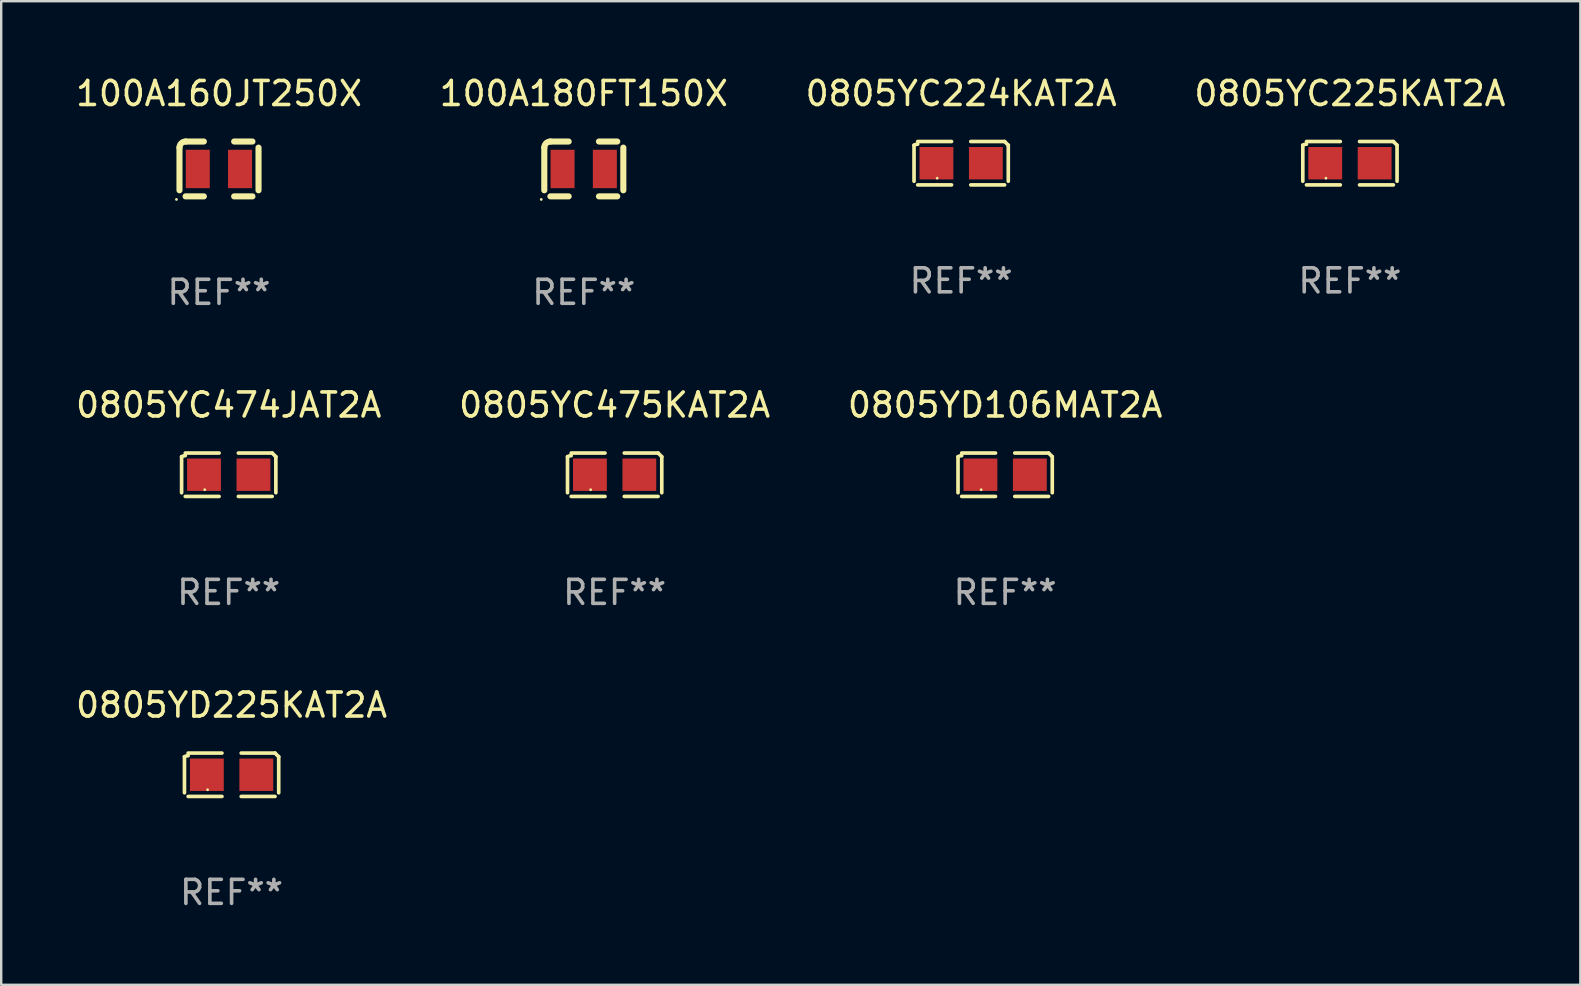
<source format=kicad_pcb>
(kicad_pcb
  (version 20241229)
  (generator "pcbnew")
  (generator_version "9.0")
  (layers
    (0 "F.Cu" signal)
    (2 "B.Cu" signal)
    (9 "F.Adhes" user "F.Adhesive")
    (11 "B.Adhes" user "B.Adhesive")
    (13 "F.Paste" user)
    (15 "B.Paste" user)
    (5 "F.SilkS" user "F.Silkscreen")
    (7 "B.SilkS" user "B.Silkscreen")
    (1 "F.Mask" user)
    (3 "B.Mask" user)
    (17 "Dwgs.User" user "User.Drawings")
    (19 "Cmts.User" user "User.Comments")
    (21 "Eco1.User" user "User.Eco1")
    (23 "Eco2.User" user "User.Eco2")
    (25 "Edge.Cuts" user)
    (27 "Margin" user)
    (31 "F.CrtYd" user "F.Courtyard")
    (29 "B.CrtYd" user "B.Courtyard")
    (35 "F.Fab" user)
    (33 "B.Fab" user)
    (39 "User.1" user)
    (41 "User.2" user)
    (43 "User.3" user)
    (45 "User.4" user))
  (footprint "100A180FT150X"
    (layer "F.Cu")
    (at 21.28 3.991)
    (property "Reference" "100A180FT150X" (at 0 -3.143 0) (layer "F.SilkS") (effects (font (size 1 1) (thickness 0.15))))
    (attr through_hole)
    (fp_line (start -1.647 -0.889) (end -1.647 0.889) (stroke (width 0.254) (type solid)) (layer "F.SilkS"))
    (fp_line (start -0.631 -1.143) (end -1.393 -1.143) (stroke (width 0.254) (type solid)) (layer "F.SilkS"))
    (fp_line (start -0.631 1.143) (end -1.393 1.143) (stroke (width 0.254) (type solid)) (layer "F.SilkS"))
    (fp_line (start 0.631 -1.143) (end 1.393 -1.143) (stroke (width 0.254) (type solid)) (layer "F.SilkS"))
    (fp_line (start 0.631 1.143) (end 1.393 1.143) (stroke (width 0.254) (type solid)) (layer "F.SilkS"))
    (fp_line (start 1.647 -0.889) (end 1.647 0.889) (stroke (width 0.254) (type solid)) (layer "F.SilkS"))
    (fp_arc (start -1.647002 -0.889002) (mid -1.572607 -1.068607) (end -1.393002 -1.143002) (stroke (width 0.254001) (type solid)) (layer "F.SilkS"))
    (fp_circle (center -1.774 1.27) (end -1.744 1.27) (stroke (width 0.06) (type solid)) (fill no) (layer "F.SilkS"))
    (fp_text user "REF**" (at 0 5.143 0) (layer "F.Fab") (effects (font (size 1 1) (thickness 0.15))))
    (pad "1" smd rect (at -0.885 0) (size 1 1.6) (layers "F.Cu" "F.Mask" "F.Paste"))
    (pad "2" smd rect (at 0.877 0) (size 1 1.6) (layers "F.Cu" "F.Mask" "F.Paste")))
  (footprint "100A160JT250X"
    (layer "F.Cu")
    (at 6.077 3.991)
    (property "Reference" "100A160JT250X" (at 0 -3.143 0) (layer "F.SilkS") (effects (font (size 1 1) (thickness 0.15))))
    (attr through_hole)
    (fp_line (start -1.647 -0.889) (end -1.647 0.889) (stroke (width 0.254) (type solid)) (layer "F.SilkS"))
    (fp_line (start -0.631 -1.143) (end -1.393 -1.143) (stroke (width 0.254) (type solid)) (layer "F.SilkS"))
    (fp_line (start -0.631 1.143) (end -1.393 1.143) (stroke (width 0.254) (type solid)) (layer "F.SilkS"))
    (fp_line (start 0.631 -1.143) (end 1.393 -1.143) (stroke (width 0.254) (type solid)) (layer "F.SilkS"))
    (fp_line (start 0.631 1.143) (end 1.393 1.143) (stroke (width 0.254) (type solid)) (layer "F.SilkS"))
    (fp_line (start 1.647 -0.889) (end 1.647 0.889) (stroke (width 0.254) (type solid)) (layer "F.SilkS"))
    (fp_arc (start -1.647002 -0.889002) (mid -1.572607 -1.068607) (end -1.393002 -1.143002) (stroke (width 0.254001) (type solid)) (layer "F.SilkS"))
    (fp_circle (center -1.774 1.27) (end -1.744 1.27) (stroke (width 0.06) (type solid)) (fill no) (layer "F.SilkS"))
    (fp_text user "REF**" (at 0 5.143 0) (layer "F.Fab") (effects (font (size 1 1) (thickness 0.15))))
    (pad "1" smd rect (at -0.885 0) (size 1 1.6) (layers "F.Cu" "F.Mask" "F.Paste"))
    (pad "2" smd rect (at 0.877 0) (size 1 1.6) (layers "F.Cu" "F.Mask" "F.Paste")))
  (footprint "0805YC225KAT2A"
    (layer "F.Cu")
    (at 53.208 3.752)
    (property "Reference" "0805YC225KAT2A" (at 0 -2.904 0) (layer "F.SilkS") (effects (font (size 1 1) (thickness 0.15))))
    (attr through_hole)
    (fp_line (start -1.964 0.751) (end -1.964 -0.751) (stroke (width 0.152) (type solid)) (layer "F.SilkS"))
    (fp_line (start -1.811 -0.904) (end -0.401 -0.904) (stroke (width 0.152) (type solid)) (layer "F.SilkS"))
    (fp_line (start -0.401 0.904) (end -1.811 0.904) (stroke (width 0.152) (type solid)) (layer "F.SilkS"))
    (fp_line (start 0.401 0.904) (end 1.811 0.904) (stroke (width 0.152) (type solid)) (layer "F.SilkS"))
    (fp_line (start 1.811 -0.904) (end 0.401 -0.904) (stroke (width 0.152) (type solid)) (layer "F.SilkS"))
    (fp_line (start 1.964 0.751) (end 1.964 -0.751) (stroke (width 0.152) (type solid)) (layer "F.SilkS"))
    (fp_arc (start -1.963602 -0.751207) (mid -1.890354 -0.783131) (end -1.811201 -0.794044) (stroke (width 0.1524) (type solid)) (layer "F.SilkS"))
    (fp_arc (start 1.811202 -0.903607) (mid 1.887413 -0.827418) (end 1.963602 -0.751207) (stroke (width 0.1524) (type solid)) (layer "F.SilkS"))
    (fp_circle (center -1 0.625) (end -0.97 0.625) (stroke (width 0.06) (type solid)) (fill no) (layer "F.SilkS"))
    (fp_text user "REF**" (at 0 4.904 0) (layer "F.Fab") (effects (font (size 1 1) (thickness 0.15))))
    (pad "1" smd rect (at -1.03 0) (size 1.41 1.35) (layers "F.Cu" "F.Mask" "F.Paste"))
    (pad "2" smd rect (at 1.03 0) (size 1.41 1.35) (layers "F.Cu" "F.Mask" "F.Paste")))
  (footprint "0805YD225KAT2A"
    (layer "F.Cu")
    (at 6.601 29.238)
    (property "Reference" "0805YD225KAT2A" (at 0 -2.904 0) (layer "F.SilkS") (effects (font (size 1 1) (thickness 0.15))))
    (attr through_hole)
    (fp_line (start -1.964 0.751) (end -1.964 -0.751) (stroke (width 0.152) (type solid)) (layer "F.SilkS"))
    (fp_line (start -1.811 -0.904) (end -0.401 -0.904) (stroke (width 0.152) (type solid)) (layer "F.SilkS"))
    (fp_line (start -0.401 0.904) (end -1.811 0.904) (stroke (width 0.152) (type solid)) (layer "F.SilkS"))
    (fp_line (start 0.401 0.904) (end 1.811 0.904) (stroke (width 0.152) (type solid)) (layer "F.SilkS"))
    (fp_line (start 1.811 -0.904) (end 0.401 -0.904) (stroke (width 0.152) (type solid)) (layer "F.SilkS"))
    (fp_line (start 1.964 0.751) (end 1.964 -0.751) (stroke (width 0.152) (type solid)) (layer "F.SilkS"))
    (fp_arc (start -1.963602 -0.751207) (mid -1.890354 -0.783131) (end -1.811201 -0.794044) (stroke (width 0.1524) (type solid)) (layer "F.SilkS"))
    (fp_arc (start 1.811202 -0.903607) (mid 1.887413 -0.827418) (end 1.963602 -0.751207) (stroke (width 0.1524) (type solid)) (layer "F.SilkS"))
    (fp_circle (center -1 0.625) (end -0.97 0.625) (stroke (width 0.06) (type solid)) (fill no) (layer "F.SilkS"))
    (fp_text user "REF**" (at 0 4.904 0) (layer "F.Fab") (effects (font (size 1 1) (thickness 0.15))))
    (pad "1" smd rect (at -1.03 0) (size 1.41 1.35) (layers "F.Cu" "F.Mask" "F.Paste"))
    (pad "2" smd rect (at 1.03 0) (size 1.41 1.35) (layers "F.Cu" "F.Mask" "F.Paste")))
  (footprint "0805YD106MAT2A"
    (layer "F.Cu")
    (at 38.839 16.734)
    (property "Reference" "0805YD106MAT2A" (at 0 -2.904 0) (layer "F.SilkS") (effects (font (size 1 1) (thickness 0.15))))
    (attr through_hole)
    (fp_line (start -1.964 0.751) (end -1.964 -0.751) (stroke (width 0.152) (type solid)) (layer "F.SilkS"))
    (fp_line (start -1.811 -0.904) (end -0.401 -0.904) (stroke (width 0.152) (type solid)) (layer "F.SilkS"))
    (fp_line (start -0.401 0.904) (end -1.811 0.904) (stroke (width 0.152) (type solid)) (layer "F.SilkS"))
    (fp_line (start 0.401 0.904) (end 1.811 0.904) (stroke (width 0.152) (type solid)) (layer "F.SilkS"))
    (fp_line (start 1.811 -0.904) (end 0.401 -0.904) (stroke (width 0.152) (type solid)) (layer "F.SilkS"))
    (fp_line (start 1.964 0.751) (end 1.964 -0.751) (stroke (width 0.152) (type solid)) (layer "F.SilkS"))
    (fp_arc (start -1.963602 -0.751207) (mid -1.890354 -0.783131) (end -1.811201 -0.794044) (stroke (width 0.1524) (type solid)) (layer "F.SilkS"))
    (fp_arc (start 1.811202 -0.903607) (mid 1.887413 -0.827418) (end 1.963602 -0.751207) (stroke (width 0.1524) (type solid)) (layer "F.SilkS"))
    (fp_circle (center -1 0.625) (end -0.97 0.625) (stroke (width 0.06) (type solid)) (fill no) (layer "F.SilkS"))
    (fp_text user "REF**" (at 0 4.904 0) (layer "F.Fab") (effects (font (size 1 1) (thickness 0.15))))
    (pad "1" smd rect (at -1.03 0) (size 1.41 1.35) (layers "F.Cu" "F.Mask" "F.Paste"))
    (pad "2" smd rect (at 1.03 0) (size 1.41 1.35) (layers "F.Cu" "F.Mask" "F.Paste")))
  (footprint "0805YC475KAT2A"
    (layer "F.Cu")
    (at 22.565 16.734)
    (property "Reference" "0805YC475KAT2A" (at 0 -2.904 0) (layer "F.SilkS") (effects (font (size 1 1) (thickness 0.15))))
    (attr through_hole)
    (fp_line (start -1.964 0.751) (end -1.964 -0.751) (stroke (width 0.152) (type solid)) (layer "F.SilkS"))
    (fp_line (start -1.811 -0.904) (end -0.401 -0.904) (stroke (width 0.152) (type solid)) (layer "F.SilkS"))
    (fp_line (start -0.401 0.904) (end -1.811 0.904) (stroke (width 0.152) (type solid)) (layer "F.SilkS"))
    (fp_line (start 0.401 0.904) (end 1.811 0.904) (stroke (width 0.152) (type solid)) (layer "F.SilkS"))
    (fp_line (start 1.811 -0.904) (end 0.401 -0.904) (stroke (width 0.152) (type solid)) (layer "F.SilkS"))
    (fp_line (start 1.964 0.751) (end 1.964 -0.751) (stroke (width 0.152) (type solid)) (layer "F.SilkS"))
    (fp_arc (start -1.963602 -0.751207) (mid -1.890354 -0.783131) (end -1.811201 -0.794044) (stroke (width 0.1524) (type solid)) (layer "F.SilkS"))
    (fp_arc (start 1.811202 -0.903607) (mid 1.887413 -0.827418) (end 1.963602 -0.751207) (stroke (width 0.1524) (type solid)) (layer "F.SilkS"))
    (fp_circle (center -1 0.625) (end -0.97 0.625) (stroke (width 0.06) (type solid)) (fill no) (layer "F.SilkS"))
    (fp_text user "REF**" (at 0 4.904 0) (layer "F.Fab") (effects (font (size 1 1) (thickness 0.15))))
    (pad "1" smd rect (at -1.03 0) (size 1.41 1.35) (layers "F.Cu" "F.Mask" "F.Paste"))
    (pad "2" smd rect (at 1.03 0) (size 1.41 1.35) (layers "F.Cu" "F.Mask" "F.Paste")))
  (footprint "0805YC474JAT2A"
    (layer "F.Cu")
    (at 6.482 16.734)
    (property "Reference" "0805YC474JAT2A" (at 0 -2.904 0) (layer "F.SilkS") (effects (font (size 1 1) (thickness 0.15))))
    (attr through_hole)
    (fp_line (start -1.964 0.751) (end -1.964 -0.751) (stroke (width 0.152) (type solid)) (layer "F.SilkS"))
    (fp_line (start -1.811 -0.904) (end -0.401 -0.904) (stroke (width 0.152) (type solid)) (layer "F.SilkS"))
    (fp_line (start -0.401 0.904) (end -1.811 0.904) (stroke (width 0.152) (type solid)) (layer "F.SilkS"))
    (fp_line (start 0.401 0.904) (end 1.811 0.904) (stroke (width 0.152) (type solid)) (layer "F.SilkS"))
    (fp_line (start 1.811 -0.904) (end 0.401 -0.904) (stroke (width 0.152) (type solid)) (layer "F.SilkS"))
    (fp_line (start 1.964 0.751) (end 1.964 -0.751) (stroke (width 0.152) (type solid)) (layer "F.SilkS"))
    (fp_arc (start -1.963602 -0.751207) (mid -1.890354 -0.783131) (end -1.811201 -0.794044) (stroke (width 0.1524) (type solid)) (layer "F.SilkS"))
    (fp_arc (start 1.811202 -0.903607) (mid 1.887413 -0.827418) (end 1.963602 -0.751207) (stroke (width 0.1524) (type solid)) (layer "F.SilkS"))
    (fp_circle (center -1 0.625) (end -0.97 0.625) (stroke (width 0.06) (type solid)) (fill no) (layer "F.SilkS"))
    (fp_text user "REF**" (at 0 4.904 0) (layer "F.Fab") (effects (font (size 1 1) (thickness 0.15))))
    (pad "1" smd rect (at -1.03 0) (size 1.41 1.35) (layers "F.Cu" "F.Mask" "F.Paste"))
    (pad "2" smd rect (at 1.03 0) (size 1.41 1.35) (layers "F.Cu" "F.Mask" "F.Paste")))
  (footprint "0805YC224KAT2A"
    (layer "F.Cu")
    (at 37.006 3.752)
    (property "Reference" "0805YC224KAT2A" (at 0 -2.904 0) (layer "F.SilkS") (effects (font (size 1 1) (thickness 0.15))))
    (attr through_hole)
    (fp_line (start -1.964 0.751) (end -1.964 -0.751) (stroke (width 0.152) (type solid)) (layer "F.SilkS"))
    (fp_line (start -1.811 -0.904) (end -0.401 -0.904) (stroke (width 0.152) (type solid)) (layer "F.SilkS"))
    (fp_line (start -0.401 0.904) (end -1.811 0.904) (stroke (width 0.152) (type solid)) (layer "F.SilkS"))
    (fp_line (start 0.401 0.904) (end 1.811 0.904) (stroke (width 0.152) (type solid)) (layer "F.SilkS"))
    (fp_line (start 1.811 -0.904) (end 0.401 -0.904) (stroke (width 0.152) (type solid)) (layer "F.SilkS"))
    (fp_line (start 1.964 0.751) (end 1.964 -0.751) (stroke (width 0.152) (type solid)) (layer "F.SilkS"))
    (fp_arc (start -1.963602 -0.751207) (mid -1.890354 -0.783131) (end -1.811201 -0.794044) (stroke (width 0.1524) (type solid)) (layer "F.SilkS"))
    (fp_arc (start 1.811202 -0.903607) (mid 1.887413 -0.827418) (end 1.963602 -0.751207) (stroke (width 0.1524) (type solid)) (layer "F.SilkS"))
    (fp_circle (center -1 0.625) (end -0.97 0.625) (stroke (width 0.06) (type solid)) (fill no) (layer "F.SilkS"))
    (fp_text user "REF**" (at 0 4.904 0) (layer "F.Fab") (effects (font (size 1 1) (thickness 0.15))))
    (pad "1" smd rect (at -1.03 0) (size 1.41 1.35) (layers "F.Cu" "F.Mask" "F.Paste"))
    (pad "2" smd rect (at 1.03 0) (size 1.41 1.35) (layers "F.Cu" "F.Mask" "F.Paste")))
  (gr_rect
    (start -3 -3)
    (end 62.81 37.99)
    (stroke (width 0.1) (type default))
    (fill no)
    (layer "Edge.Cuts")))
</source>
